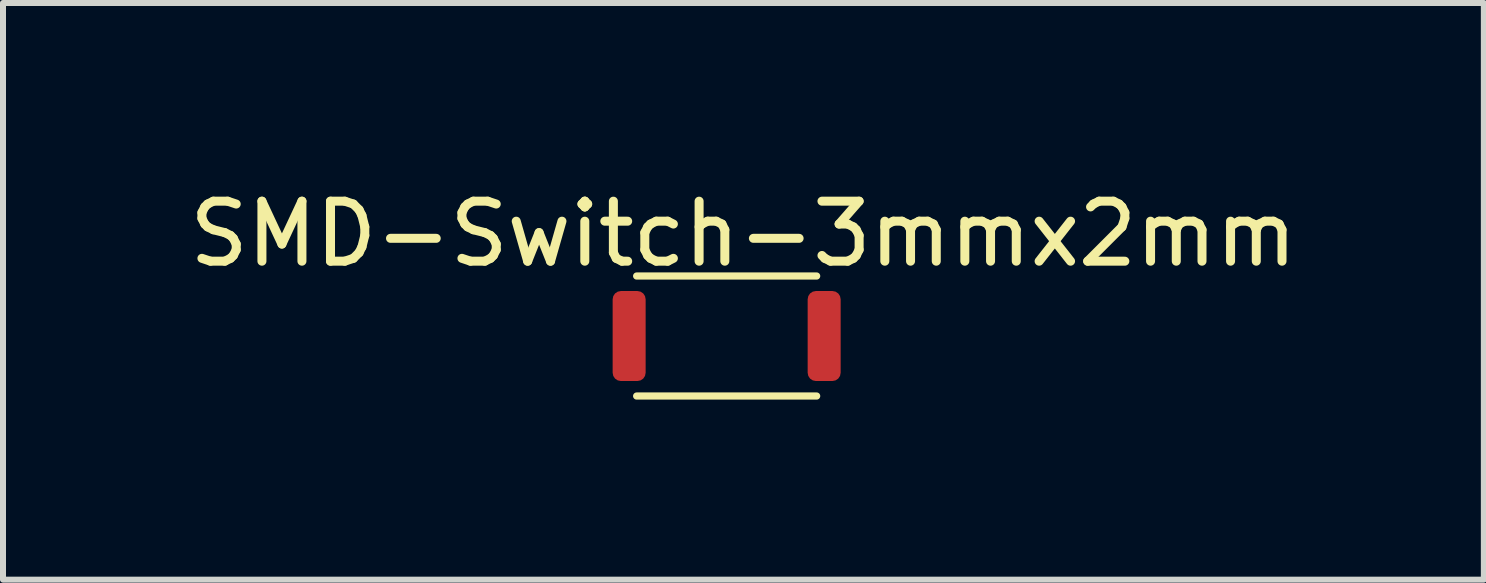
<source format=kicad_pcb>
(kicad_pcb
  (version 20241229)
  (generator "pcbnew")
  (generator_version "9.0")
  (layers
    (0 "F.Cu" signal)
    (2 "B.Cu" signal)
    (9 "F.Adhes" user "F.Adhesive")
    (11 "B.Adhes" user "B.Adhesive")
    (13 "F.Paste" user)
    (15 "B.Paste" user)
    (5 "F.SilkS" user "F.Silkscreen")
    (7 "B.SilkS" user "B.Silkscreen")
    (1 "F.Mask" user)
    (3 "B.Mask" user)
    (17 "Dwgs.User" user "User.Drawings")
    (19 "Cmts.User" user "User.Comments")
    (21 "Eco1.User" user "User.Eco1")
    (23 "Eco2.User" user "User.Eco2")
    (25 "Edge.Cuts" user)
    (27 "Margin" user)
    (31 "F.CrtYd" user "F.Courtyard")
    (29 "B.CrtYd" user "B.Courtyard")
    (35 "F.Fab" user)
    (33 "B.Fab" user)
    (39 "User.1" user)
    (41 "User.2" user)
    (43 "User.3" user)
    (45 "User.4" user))
  (footprint "SMD-Switch-3mmx2mm"
    (layer "F.Cu")
    (at 9.06 2.55)
    (property "Reference" "SMD-Switch-3mmx2mm" (at 0.279 -1.702 0) (layer "F.SilkS") (effects (font (size 1 1) (thickness 0.15))))
    (attr through_hole)
    (fp_line (start -1.5 1) (end 1.5 1) (stroke (width 0.12) (type solid)) (layer "F.SilkS"))
    (fp_line (start 1.5 -1) (end -1.5 -1) (stroke (width 0.12) (type solid)) (layer "F.SilkS"))
    (pad "1" smd roundrect (at -1.625 0) (size 0.55 1.5) (layers "F.Cu" "F.Mask" "F.Paste") (roundrect_rratio 0.25))
    (pad "2" smd roundrect (at 1.625 0) (size 0.55 1.5) (layers "F.Cu" "F.Mask" "F.Paste") (roundrect_rratio 0.25)))
  (gr_rect
    (start -3 -3)
    (end 21.679 6.61)
    (stroke (width 0.1) (type default))
    (fill no)
    (layer "Edge.Cuts")))
</source>
